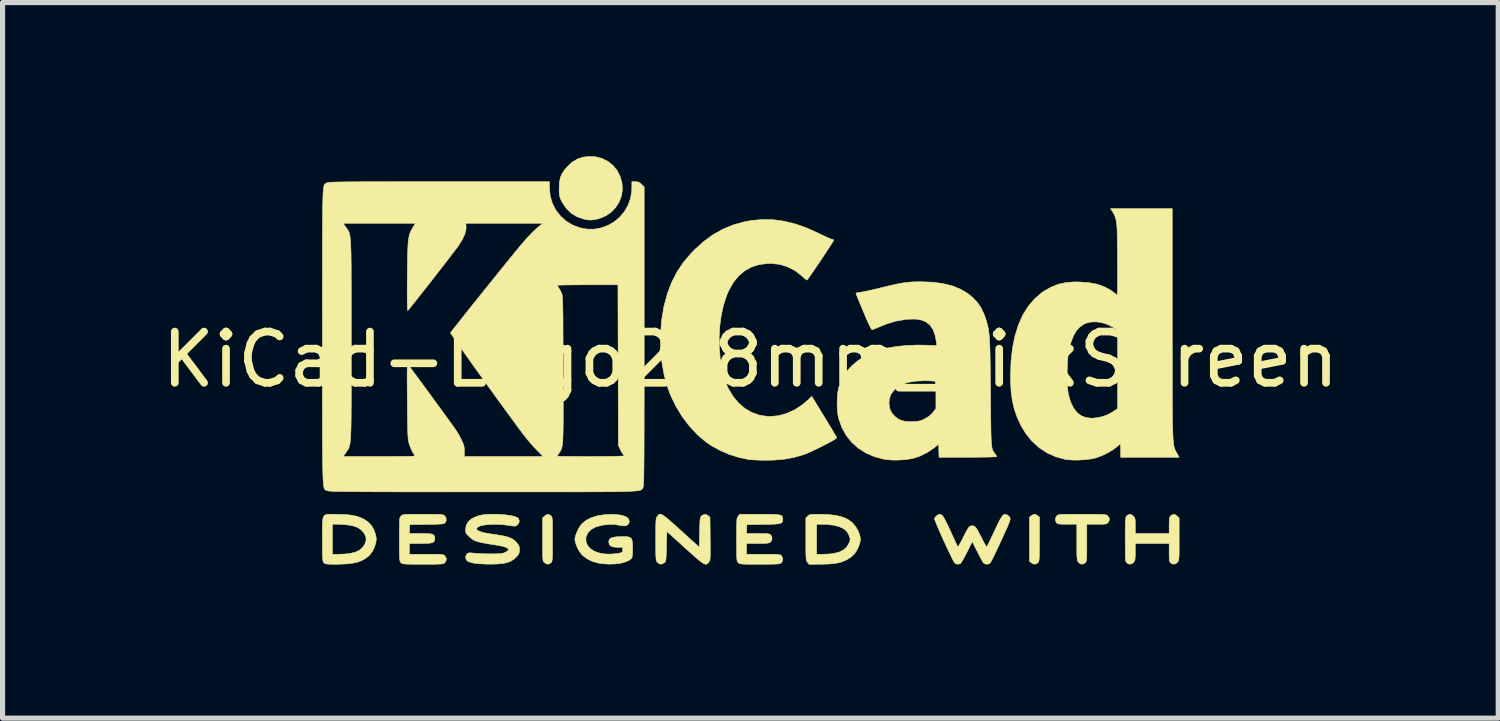
<source format=kicad_pcb>
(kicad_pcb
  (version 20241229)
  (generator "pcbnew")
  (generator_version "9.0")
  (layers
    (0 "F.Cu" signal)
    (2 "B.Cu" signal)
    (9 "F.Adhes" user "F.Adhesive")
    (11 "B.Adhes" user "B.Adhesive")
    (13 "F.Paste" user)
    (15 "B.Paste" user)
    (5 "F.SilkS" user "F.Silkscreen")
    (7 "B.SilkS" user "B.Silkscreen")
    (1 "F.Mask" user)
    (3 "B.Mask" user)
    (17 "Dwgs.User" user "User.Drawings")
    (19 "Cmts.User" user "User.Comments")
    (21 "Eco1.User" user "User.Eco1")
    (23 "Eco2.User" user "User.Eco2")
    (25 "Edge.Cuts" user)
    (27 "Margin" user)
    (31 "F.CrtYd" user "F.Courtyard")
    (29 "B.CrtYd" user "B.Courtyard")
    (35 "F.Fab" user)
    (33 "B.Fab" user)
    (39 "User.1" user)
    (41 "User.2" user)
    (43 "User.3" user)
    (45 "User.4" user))
  (footprint "KiCad-Logo2_8mm_SilkScreen"
    (layer "F.Cu")
    (at 11.601 3.969)
    (property "Reference" "KiCad-Logo2_8mm_SilkScreen" (at 0 0 0) (layer "F.SilkS") (effects (font (size 1 1) (thickness 0.15))))
    (attr exclude_from_pos_files exclude_from_bom)
    (fp_poly (pts (xy 5.577 3.03) (xy 5.608 3.05) (xy 5.644 3.078) (xy 5.644 3.507) (xy 5.643 3.632) (xy 5.643 3.73) (xy 5.642 3.806) (xy 5.64 3.862) (xy 5.637 3.902) (xy 5.633 3.929) (xy 5.627 3.947) (xy 5.62 3.96) (xy 5.615 3.966) (xy 5.573 3.994) (xy 5.525 3.992) (xy 5.484 3.969) (xy 5.448 3.94) (xy 5.448 3.078) (xy 5.484 3.05) (xy 5.518 3.029) (xy 5.546 3.021) (xy 5.577 3.03)) (stroke (width 0.01) (type solid)) (fill yes) (layer "F.SilkS"))
    (fp_poly (pts (xy -3.893 3.051) (xy -3.884 3.061) (xy -3.877 3.074) (xy -3.872 3.094) (xy -3.868 3.123) (xy -3.865 3.166) (xy -3.864 3.225) (xy -3.863 3.305) (xy -3.863 3.409) (xy -3.863 3.509) (xy -3.863 3.634) (xy -3.863 3.733) (xy -3.864 3.808) (xy -3.866 3.864) (xy -3.869 3.903) (xy -3.873 3.93) (xy -3.878 3.948) (xy -3.886 3.96) (xy -3.893 3.968) (xy -3.937 3.994) (xy -3.983 3.992) (xy -4.025 3.963) (xy -4.035 3.952) (xy -4.042 3.939) (xy -4.048 3.921) (xy -4.052 3.893) (xy -4.055 3.854) (xy -4.057 3.798) (xy -4.058 3.722) (xy -4.058 3.623) (xy -4.058 3.512) (xy -4.058 3.095) (xy -4.021 3.058) (xy -3.976 3.027) (xy -3.932 3.026) (xy -3.893 3.051)) (stroke (width 0.01) (type solid)) (fill yes) (layer "F.SilkS"))
    (fp_poly (pts (xy -3.026 -3.959) (xy -2.898 -3.926) (xy -2.783 -3.869) (xy -2.683 -3.79) (xy -2.602 -3.69) (xy -2.542 -3.572) (xy -2.507 -3.444) (xy -2.499 -3.314) (xy -2.519 -3.189) (xy -2.564 -3.072) (xy -2.631 -2.967) (xy -2.719 -2.876) (xy -2.824 -2.804) (xy -2.945 -2.753) (xy -3.013 -2.737) (xy -3.072 -2.727) (xy -3.118 -2.723) (xy -3.162 -2.725) (xy -3.216 -2.734) (xy -3.26 -2.744) (xy -3.384 -2.786) (xy -3.496 -2.854) (xy -3.592 -2.946) (xy -3.669 -3.06) (xy -3.688 -3.096) (xy -3.71 -3.145) (xy -3.724 -3.185) (xy -3.731 -3.228) (xy -3.734 -3.283) (xy -3.734 -3.344) (xy -3.729 -3.456) (xy -3.711 -3.549) (xy -3.678 -3.629) (xy -3.625 -3.707) (xy -3.574 -3.766) (xy -3.478 -3.854) (xy -3.378 -3.914) (xy -3.268 -3.95) (xy -3.165 -3.964) (xy -3.026 -3.959)) (stroke (width 0.01) (type solid)) (fill yes) (layer "F.SilkS"))
    (fp_poly (pts (xy 6.608 3.021) (xy 6.712 3.022) (xy 6.794 3.023) (xy 6.855 3.024) (xy 6.899 3.027) (xy 6.93 3.031) (xy 6.951 3.036) (xy 6.964 3.042) (xy 6.971 3.047) (xy 7.005 3.091) (xy 7.009 3.136) (xy 6.988 3.176) (xy 6.974 3.193) (xy 6.959 3.204) (xy 6.938 3.211) (xy 6.904 3.215) (xy 6.852 3.216) (xy 6.777 3.216) (xy 6.762 3.216) (xy 6.568 3.216) (xy 6.568 3.577) (xy 6.568 3.691) (xy 6.567 3.778) (xy 6.566 3.843) (xy 6.564 3.89) (xy 6.56 3.922) (xy 6.554 3.943) (xy 6.547 3.957) (xy 6.538 3.968) (xy 6.494 3.994) (xy 6.448 3.992) (xy 6.407 3.962) (xy 6.404 3.958) (xy 6.394 3.944) (xy 6.386 3.928) (xy 6.381 3.905) (xy 6.377 3.871) (xy 6.374 3.823) (xy 6.373 3.757) (xy 6.373 3.668) (xy 6.373 3.567) (xy 6.373 3.216) (xy 6.187 3.216) (xy 6.107 3.216) (xy 6.052 3.214) (xy 6.016 3.209) (xy 5.993 3.202) (xy 5.978 3.191) (xy 5.977 3.189) (xy 5.955 3.145) (xy 5.957 3.095) (xy 5.982 3.051) (xy 5.991 3.043) (xy 6.004 3.036) (xy 6.023 3.031) (xy 6.051 3.027) (xy 6.091 3.024) (xy 6.148 3.023) (xy 6.225 3.022) (xy 6.324 3.021) (xy 6.449 3.021) (xy 6.476 3.021) (xy 6.608 3.021)) (stroke (width 0.01) (type solid)) (fill yes) (layer "F.SilkS"))
    (fp_poly (pts (xy 8.293 3.028) (xy 8.335 3.058) (xy 8.371 3.095) (xy 8.371 3.507) (xy 8.371 3.629) (xy 8.371 3.725) (xy 8.37 3.798) (xy 8.368 3.852) (xy 8.365 3.891) (xy 8.36 3.917) (xy 8.354 3.936) (xy 8.347 3.95) (xy 8.34 3.958) (xy 8.299 3.991) (xy 8.252 3.995) (xy 8.209 3.974) (xy 8.195 3.963) (xy 8.186 3.947) (xy 8.18 3.922) (xy 8.177 3.881) (xy 8.176 3.819) (xy 8.176 3.772) (xy 8.176 3.592) (xy 7.515 3.592) (xy 7.515 3.755) (xy 7.514 3.83) (xy 7.511 3.881) (xy 7.506 3.916) (xy 7.496 3.941) (xy 7.484 3.958) (xy 7.442 3.991) (xy 7.396 3.995) (xy 7.351 3.972) (xy 7.339 3.959) (xy 7.331 3.943) (xy 7.325 3.918) (xy 7.322 3.879) (xy 7.32 3.821) (xy 7.319 3.739) (xy 7.319 3.72) (xy 7.318 3.565) (xy 7.318 3.437) (xy 7.318 3.334) (xy 7.319 3.252) (xy 7.32 3.19) (xy 7.322 3.143) (xy 7.326 3.109) (xy 7.33 3.086) (xy 7.335 3.07) (xy 7.342 3.059) (xy 7.349 3.051) (xy 7.392 3.025) (xy 7.436 3.028) (xy 7.478 3.058) (xy 7.495 3.077) (xy 7.506 3.098) (xy 7.512 3.128) (xy 7.514 3.174) (xy 7.515 3.243) (xy 7.515 3.397) (xy 8.176 3.397) (xy 8.176 3.239) (xy 8.177 3.166) (xy 8.179 3.117) (xy 8.185 3.085) (xy 8.195 3.064) (xy 8.206 3.051) (xy 8.249 3.025) (xy 8.293 3.028)) (stroke (width 0.01) (type solid)) (fill yes) (layer "F.SilkS"))
    (fp_poly (pts (xy 1.356 3.021) (xy 1.527 3.027) (xy 1.674 3.045) (xy 1.796 3.075) (xy 1.898 3.119) (xy 1.982 3.179) (xy 2.049 3.254) (xy 2.103 3.347) (xy 2.104 3.349) (xy 2.136 3.432) (xy 2.148 3.505) (xy 2.138 3.579) (xy 2.108 3.663) (xy 2.103 3.675) (xy 2.064 3.75) (xy 2.02 3.808) (xy 1.964 3.858) (xy 1.887 3.906) (xy 1.882 3.909) (xy 1.815 3.941) (xy 1.74 3.965) (xy 1.65 3.982) (xy 1.542 3.992) (xy 1.411 3.997) (xy 1.365 3.997) (xy 1.144 3.998) (xy 1.113 3.958) (xy 1.104 3.945) (xy 1.097 3.93) (xy 1.091 3.909) (xy 1.088 3.878) (xy 1.085 3.835) (xy 1.084 3.802) (xy 1.293 3.802) (xy 1.418 3.802) (xy 1.491 3.8) (xy 1.566 3.795) (xy 1.627 3.787) (xy 1.631 3.786) (xy 1.741 3.757) (xy 1.825 3.713) (xy 1.888 3.652) (xy 1.932 3.572) (xy 1.94 3.551) (xy 1.947 3.518) (xy 1.944 3.485) (xy 1.928 3.442) (xy 1.919 3.421) (xy 1.888 3.364) (xy 1.85 3.325) (xy 1.809 3.297) (xy 1.727 3.261) (xy 1.621 3.235) (xy 1.498 3.22) (xy 1.409 3.217) (xy 1.293 3.216) (xy 1.293 3.802) (xy 1.084 3.802) (xy 1.083 3.774) (xy 1.082 3.694) (xy 1.082 3.589) (xy 1.082 3.507) (xy 1.082 3.095) (xy 1.119 3.058) (xy 1.135 3.043) (xy 1.153 3.033) (xy 1.178 3.026) (xy 1.215 3.023) (xy 1.271 3.021) (xy 1.351 3.021) (xy 1.356 3.021)) (stroke (width 0.01) (type solid)) (fill yes) (layer "F.SilkS"))
    (fp_poly (pts (xy -8.15 3.021) (xy -8.097 3.021) (xy -7.943 3.025) (xy -7.814 3.036) (xy -7.706 3.056) (xy -7.614 3.085) (xy -7.533 3.125) (xy -7.461 3.177) (xy -7.435 3.2) (xy -7.391 3.253) (xy -7.352 3.325) (xy -7.322 3.405) (xy -7.306 3.481) (xy -7.304 3.509) (xy -7.315 3.588) (xy -7.344 3.673) (xy -7.385 3.754) (xy -7.434 3.819) (xy -7.442 3.827) (xy -7.51 3.881) (xy -7.584 3.924) (xy -7.668 3.956) (xy -7.768 3.978) (xy -7.887 3.991) (xy -8.029 3.997) (xy -8.094 3.998) (xy -8.177 3.997) (xy -8.235 3.996) (xy -8.274 3.992) (xy -8.3 3.986) (xy -8.317 3.976) (xy -8.326 3.968) (xy -8.335 3.958) (xy -8.342 3.945) (xy -8.347 3.925) (xy -8.351 3.896) (xy -8.354 3.853) (xy -8.355 3.794) (xy -8.356 3.714) (xy -8.356 3.61) (xy -8.356 3.509) (xy -8.357 3.375) (xy -8.357 3.268) (xy -8.355 3.216) (xy -8.161 3.216) (xy -8.161 3.802) (xy -8.037 3.802) (xy -7.962 3.8) (xy -7.884 3.795) (xy -7.819 3.787) (xy -7.817 3.787) (xy -7.712 3.761) (xy -7.63 3.722) (xy -7.568 3.665) (xy -7.528 3.604) (xy -7.504 3.536) (xy -7.506 3.472) (xy -7.534 3.404) (xy -7.589 3.334) (xy -7.666 3.281) (xy -7.765 3.246) (xy -7.832 3.234) (xy -7.908 3.225) (xy -7.988 3.219) (xy -8.056 3.216) (xy -8.06 3.216) (xy -8.161 3.216) (xy -8.355 3.216) (xy -8.355 3.184) (xy -8.349 3.122) (xy -8.338 3.078) (xy -8.32 3.048) (xy -8.294 3.031) (xy -8.258 3.023) (xy -8.211 3.02) (xy -8.15 3.021)) (stroke (width 0.01) (type solid)) (fill yes) (layer "F.SilkS"))
    (fp_poly (pts (xy -1.731 3.027) (xy -1.7 3.045) (xy -1.659 3.075) (xy -1.606 3.118) (xy -1.539 3.176) (xy -1.456 3.25) (xy -1.355 3.341) (xy -1.24 3.446) (xy -0.999 3.664) (xy -0.992 3.371) (xy -0.989 3.27) (xy -0.987 3.195) (xy -0.984 3.142) (xy -0.979 3.105) (xy -0.974 3.081) (xy -0.966 3.066) (xy -0.955 3.054) (xy -0.949 3.05) (xy -0.903 3.024) (xy -0.859 3.028) (xy -0.825 3.05) (xy -0.789 3.078) (xy -0.785 3.498) (xy -0.783 3.621) (xy -0.783 3.718) (xy -0.783 3.792) (xy -0.784 3.847) (xy -0.787 3.886) (xy -0.791 3.913) (xy -0.796 3.932) (xy -0.804 3.946) (xy -0.812 3.957) (xy -0.83 3.978) (xy -0.848 3.992) (xy -0.868 3.998) (xy -0.893 3.993) (xy -0.926 3.977) (xy -0.968 3.947) (xy -1.023 3.903) (xy -1.092 3.844) (xy -1.179 3.766) (xy -1.278 3.677) (xy -1.631 3.357) (xy -1.638 3.649) (xy -1.641 3.749) (xy -1.644 3.824) (xy -1.647 3.878) (xy -1.651 3.914) (xy -1.657 3.938) (xy -1.665 3.953) (xy -1.676 3.965) (xy -1.681 3.969) (xy -1.73 3.995) (xy -1.777 3.991) (xy -1.817 3.958) (xy -1.827 3.945) (xy -1.834 3.93) (xy -1.839 3.909) (xy -1.843 3.878) (xy -1.846 3.834) (xy -1.848 3.774) (xy -1.848 3.693) (xy -1.849 3.587) (xy -1.849 3.509) (xy -1.849 3.388) (xy -1.848 3.292) (xy -1.847 3.219) (xy -1.845 3.166) (xy -1.842 3.127) (xy -1.837 3.101) (xy -1.831 3.082) (xy -1.823 3.068) (xy -1.817 3.061) (xy -1.802 3.042) (xy -1.788 3.028) (xy -1.773 3.019) (xy -1.755 3.019) (xy -1.731 3.027)) (stroke (width 0.01) (type solid)) (fill yes) (layer "F.SilkS"))
    (fp_poly (pts (xy -2.596 3.028) (xy -2.505 3.044) (xy -2.435 3.067) (xy -2.389 3.099) (xy -2.377 3.117) (xy -2.364 3.158) (xy -2.373 3.196) (xy -2.4 3.231) (xy -2.441 3.248) (xy -2.502 3.247) (xy -2.549 3.238) (xy -2.653 3.221) (xy -2.759 3.219) (xy -2.878 3.233) (xy -2.911 3.239) (xy -3.021 3.27) (xy -3.108 3.316) (xy -3.169 3.377) (xy -3.205 3.452) (xy -3.212 3.49) (xy -3.207 3.568) (xy -3.176 3.637) (xy -3.122 3.696) (xy -3.047 3.743) (xy -2.954 3.777) (xy -2.846 3.796) (xy -2.726 3.8) (xy -2.597 3.787) (xy -2.59 3.786) (xy -2.539 3.776) (xy -2.51 3.767) (xy -2.498 3.753) (xy -2.495 3.73) (xy -2.495 3.718) (xy -2.495 3.667) (xy -2.586 3.667) (xy -2.667 3.662) (xy -2.722 3.644) (xy -2.753 3.613) (xy -2.765 3.567) (xy -2.765 3.561) (xy -2.758 3.521) (xy -2.735 3.493) (xy -2.692 3.474) (xy -2.625 3.463) (xy -2.56 3.459) (xy -2.466 3.457) (xy -2.398 3.46) (xy -2.352 3.473) (xy -2.323 3.499) (xy -2.307 3.542) (xy -2.301 3.605) (xy -2.3 3.688) (xy -2.301 3.78) (xy -2.307 3.843) (xy -2.316 3.877) (xy -2.318 3.88) (xy -2.37 3.922) (xy -2.446 3.955) (xy -2.541 3.979) (xy -2.651 3.992) (xy -2.771 3.995) (xy -2.895 3.986) (xy -2.968 3.975) (xy -3.083 3.943) (xy -3.19 3.89) (xy -3.279 3.821) (xy -3.293 3.807) (xy -3.337 3.749) (xy -3.377 3.677) (xy -3.407 3.602) (xy -3.425 3.534) (xy -3.427 3.508) (xy -3.418 3.453) (xy -3.394 3.385) (xy -3.361 3.313) (xy -3.321 3.247) (xy -3.287 3.204) (xy -3.206 3.139) (xy -3.101 3.087) (xy -2.976 3.049) (xy -2.835 3.028) (xy -2.705 3.022) (xy -2.596 3.028)) (stroke (width 0.01) (type solid)) (fill yes) (layer "F.SilkS"))
    (fp_poly (pts (xy 0.307 3.021) (xy 0.408 3.022) (xy 0.486 3.025) (xy 0.544 3.03) (xy 0.583 3.039) (xy 0.609 3.05) (xy 0.623 3.066) (xy 0.63 3.087) (xy 0.631 3.114) (xy 0.631 3.117) (xy 0.63 3.147) (xy 0.624 3.171) (xy 0.609 3.188) (xy 0.582 3.2) (xy 0.54 3.209) (xy 0.48 3.214) (xy 0.397 3.217) (xy 0.288 3.219) (xy 0.255 3.22) (xy -0.068 3.224) (xy -0.072 3.31) (xy -0.077 3.397) (xy 0.147 3.397) (xy 0.235 3.397) (xy 0.297 3.398) (xy 0.34 3.401) (xy 0.367 3.407) (xy 0.385 3.415) (xy 0.398 3.426) (xy 0.398 3.426) (xy 0.421 3.471) (xy 0.42 3.519) (xy 0.396 3.561) (xy 0.391 3.565) (xy 0.374 3.576) (xy 0.35 3.583) (xy 0.315 3.588) (xy 0.263 3.591) (xy 0.189 3.592) (xy 0.141 3.592) (xy -0.075 3.592) (xy -0.075 3.802) (xy 0.253 3.802) (xy 0.362 3.803) (xy 0.444 3.803) (xy 0.504 3.805) (xy 0.546 3.808) (xy 0.574 3.812) (xy 0.592 3.819) (xy 0.603 3.827) (xy 0.606 3.83) (xy 0.628 3.872) (xy 0.629 3.92) (xy 0.612 3.961) (xy 0.598 3.974) (xy 0.583 3.982) (xy 0.561 3.987) (xy 0.527 3.992) (xy 0.478 3.995) (xy 0.41 3.996) (xy 0.32 3.998) (xy 0.204 3.998) (xy 0.178 3.998) (xy 0.06 3.998) (xy -0.032 3.997) (xy -0.1 3.996) (xy -0.15 3.994) (xy -0.185 3.991) (xy -0.208 3.986) (xy -0.223 3.98) (xy -0.234 3.971) (xy -0.24 3.965) (xy -0.249 3.954) (xy -0.256 3.94) (xy -0.261 3.921) (xy -0.265 3.891) (xy -0.268 3.848) (xy -0.269 3.788) (xy -0.27 3.708) (xy -0.27 3.604) (xy -0.271 3.516) (xy -0.27 3.393) (xy -0.27 3.297) (xy -0.269 3.223) (xy -0.267 3.168) (xy -0.264 3.129) (xy -0.26 3.102) (xy -0.254 3.084) (xy -0.246 3.069) (xy -0.239 3.061) (xy -0.208 3.021) (xy 0.178 3.021) (xy 0.307 3.021)) (stroke (width 0.01) (type solid)) (fill yes) (layer "F.SilkS"))
    (fp_poly (pts (xy -6.274 3.021) (xy -6.182 3.022) (xy -6.112 3.023) (xy -6.061 3.025) (xy -6.026 3.028) (xy -6.002 3.033) (xy -5.986 3.039) (xy -5.974 3.048) (xy -5.97 3.052) (xy -5.943 3.093) (xy -5.939 3.14) (xy -5.956 3.183) (xy -5.964 3.191) (xy -5.977 3.199) (xy -5.998 3.206) (xy -6.03 3.211) (xy -6.079 3.214) (xy -6.146 3.217) (xy -6.237 3.219) (xy -6.321 3.22) (xy -6.651 3.224) (xy -6.66 3.397) (xy -6.436 3.397) (xy -6.339 3.398) (xy -6.267 3.401) (xy -6.218 3.409) (xy -6.187 3.422) (xy -6.17 3.442) (xy -6.163 3.471) (xy -6.162 3.498) (xy -6.165 3.532) (xy -6.178 3.556) (xy -6.203 3.573) (xy -6.246 3.584) (xy -6.308 3.59) (xy -6.396 3.592) (xy -6.444 3.592) (xy -6.658 3.592) (xy -6.658 3.802) (xy -6.327 3.802) (xy -6.219 3.803) (xy -6.137 3.803) (xy -6.076 3.805) (xy -6.034 3.808) (xy -6.005 3.812) (xy -5.986 3.818) (xy -5.973 3.826) (xy -5.967 3.833) (xy -5.944 3.868) (xy -5.937 3.9) (xy -5.947 3.939) (xy -5.967 3.968) (xy -5.977 3.977) (xy -5.991 3.984) (xy -6.011 3.989) (xy -6.041 3.993) (xy -6.086 3.995) (xy -6.148 3.997) (xy -6.231 3.998) (xy -6.339 3.998) (xy -6.395 3.998) (xy -6.515 3.998) (xy -6.609 3.997) (xy -6.68 3.996) (xy -6.731 3.994) (xy -6.767 3.991) (xy -6.792 3.986) (xy -6.808 3.98) (xy -6.819 3.972) (xy -6.823 3.968) (xy -6.832 3.958) (xy -6.839 3.945) (xy -6.844 3.925) (xy -6.848 3.896) (xy -6.851 3.853) (xy -6.852 3.793) (xy -6.853 3.713) (xy -6.853 3.609) (xy -6.853 3.512) (xy -6.853 3.388) (xy -6.853 3.29) (xy -6.852 3.216) (xy -6.851 3.161) (xy -6.848 3.122) (xy -6.844 3.095) (xy -6.838 3.078) (xy -6.831 3.066) (xy -6.821 3.056) (xy -6.819 3.054) (xy -6.807 3.044) (xy -6.794 3.036) (xy -6.775 3.03) (xy -6.747 3.026) (xy -6.705 3.024) (xy -6.647 3.022) (xy -6.569 3.021) (xy -6.466 3.021) (xy -6.393 3.021) (xy -6.274 3.021)) (stroke (width 0.01) (type solid)) (fill yes) (layer "F.SilkS"))
    (fp_poly (pts (xy 4.986 3.024) (xy 5.012 3.033) (xy 5.013 3.033) (xy 5.048 3.06) (xy 5.068 3.088) (xy 5.071 3.101) (xy 5.071 3.119) (xy 5.066 3.143) (xy 5.054 3.178) (xy 5.035 3.227) (xy 5.007 3.292) (xy 4.969 3.377) (xy 4.92 3.484) (xy 4.893 3.543) (xy 4.844 3.648) (xy 4.799 3.744) (xy 4.758 3.829) (xy 4.723 3.898) (xy 4.697 3.948) (xy 4.681 3.975) (xy 4.677 3.979) (xy 4.636 3.996) (xy 4.589 3.994) (xy 4.552 3.973) (xy 4.55 3.972) (xy 4.536 3.949) (xy 4.511 3.905) (xy 4.479 3.845) (xy 4.443 3.776) (xy 4.43 3.75) (xy 4.332 3.555) (xy 4.226 3.767) (xy 4.188 3.84) (xy 4.153 3.904) (xy 4.123 3.953) (xy 4.102 3.982) (xy 4.095 3.988) (xy 4.04 3.997) (xy 3.994 3.979) (xy 3.98 3.96) (xy 3.957 3.918) (xy 3.926 3.856) (xy 3.889 3.78) (xy 3.847 3.693) (xy 3.803 3.599) (xy 3.759 3.503) (xy 3.717 3.409) (xy 3.678 3.32) (xy 3.644 3.242) (xy 3.618 3.177) (xy 3.601 3.131) (xy 3.595 3.108) (xy 3.595 3.107) (xy 3.61 3.077) (xy 3.639 3.047) (xy 3.641 3.046) (xy 3.677 3.025) (xy 3.71 3.026) (xy 3.723 3.029) (xy 3.738 3.038) (xy 3.754 3.054) (xy 3.774 3.082) (xy 3.797 3.125) (xy 3.828 3.186) (xy 3.868 3.268) (xy 3.903 3.344) (xy 3.944 3.433) (xy 3.981 3.512) (xy 4.011 3.578) (xy 4.034 3.628) (xy 4.046 3.655) (xy 4.048 3.66) (xy 4.056 3.653) (xy 4.075 3.623) (xy 4.102 3.575) (xy 4.135 3.512) (xy 4.148 3.487) (xy 4.191 3.4) (xy 4.225 3.337) (xy 4.252 3.294) (xy 4.274 3.267) (xy 4.294 3.253) (xy 4.316 3.247) (xy 4.33 3.246) (xy 4.354 3.249) (xy 4.376 3.258) (xy 4.398 3.277) (xy 4.422 3.311) (xy 4.452 3.363) (xy 4.49 3.437) (xy 4.512 3.479) (xy 4.546 3.546) (xy 4.576 3.601) (xy 4.599 3.64) (xy 4.612 3.659) (xy 4.614 3.66) (xy 4.623 3.645) (xy 4.642 3.607) (xy 4.67 3.55) (xy 4.705 3.477) (xy 4.744 3.393) (xy 4.764 3.351) (xy 4.815 3.243) (xy 4.855 3.16) (xy 4.888 3.1) (xy 4.916 3.058) (xy 4.94 3.033) (xy 4.962 3.023) (xy 4.986 3.024)) (stroke (width 0.01) (type solid)) (fill yes) (layer "F.SilkS"))
    (fp_poly (pts (xy -4.915 3.023) (xy -4.815 3.03) (xy -4.723 3.04) (xy -4.642 3.055) (xy -4.58 3.072) (xy -4.54 3.093) (xy -4.534 3.098) (xy -4.513 3.144) (xy -4.52 3.192) (xy -4.552 3.232) (xy -4.554 3.233) (xy -4.573 3.246) (xy -4.593 3.252) (xy -4.621 3.253) (xy -4.664 3.248) (xy -4.729 3.238) (xy -4.734 3.237) (xy -4.831 3.225) (xy -4.936 3.219) (xy -5.04 3.219) (xy -5.138 3.225) (xy -5.222 3.236) (xy -5.283 3.252) (xy -5.287 3.254) (xy -5.332 3.279) (xy -5.348 3.304) (xy -5.336 3.329) (xy -5.296 3.353) (xy -5.231 3.375) (xy -5.14 3.394) (xy -5.08 3.403) (xy -4.955 3.421) (xy -4.855 3.438) (xy -4.777 3.454) (xy -4.715 3.472) (xy -4.667 3.492) (xy -4.628 3.517) (xy -4.592 3.547) (xy -4.564 3.576) (xy -4.531 3.617) (xy -4.514 3.652) (xy -4.509 3.696) (xy -4.509 3.712) (xy -4.513 3.765) (xy -4.528 3.804) (xy -4.555 3.839) (xy -4.609 3.892) (xy -4.67 3.933) (xy -4.742 3.962) (xy -4.828 3.982) (xy -4.935 3.992) (xy -5.066 3.996) (xy -5.088 3.996) (xy -5.175 3.994) (xy -5.261 3.99) (xy -5.338 3.984) (xy -5.395 3.977) (xy -5.399 3.976) (xy -5.456 3.963) (xy -5.504 3.946) (xy -5.531 3.93) (xy -5.556 3.89) (xy -5.558 3.842) (xy -5.536 3.8) (xy -5.531 3.795) (xy -5.511 3.781) (xy -5.486 3.775) (xy -5.447 3.776) (xy -5.4 3.781) (xy -5.347 3.786) (xy -5.273 3.79) (xy -5.186 3.793) (xy -5.096 3.795) (xy -5.072 3.795) (xy -4.982 3.794) (xy -4.916 3.793) (xy -4.868 3.789) (xy -4.833 3.782) (xy -4.805 3.773) (xy -4.788 3.765) (xy -4.75 3.743) (xy -4.726 3.723) (xy -4.723 3.717) (xy -4.73 3.694) (xy -4.765 3.671) (xy -4.825 3.65) (xy -4.908 3.632) (xy -4.933 3.628) (xy -5.061 3.608) (xy -5.163 3.591) (xy -5.243 3.576) (xy -5.305 3.562) (xy -5.353 3.548) (xy -5.391 3.532) (xy -5.423 3.514) (xy -5.453 3.491) (xy -5.484 3.463) (xy -5.495 3.454) (xy -5.532 3.417) (xy -5.552 3.388) (xy -5.56 3.355) (xy -5.561 3.314) (xy -5.547 3.232) (xy -5.506 3.163) (xy -5.438 3.106) (xy -5.343 3.062) (xy -5.275 3.042) (xy -5.202 3.029) (xy -5.114 3.022) (xy -5.016 3.02) (xy -4.915 3.023)) (stroke (width 0.01) (type solid)) (fill yes) (layer "F.SilkS"))
    (fp_poly (pts (xy 0.437 -2.731) (xy 0.65 -2.702) (xy 0.869 -2.649) (xy 1.095 -2.57) (xy 1.331 -2.464) (xy 1.346 -2.457) (xy 1.423 -2.419) (xy 1.492 -2.387) (xy 1.547 -2.363) (xy 1.585 -2.348) (xy 1.597 -2.345) (xy 1.623 -2.338) (xy 1.629 -2.332) (xy 1.622 -2.318) (xy 1.601 -2.283) (xy 1.567 -2.231) (xy 1.524 -2.165) (xy 1.474 -2.088) (xy 1.419 -2.006) (xy 1.362 -1.92) (xy 1.305 -1.836) (xy 1.25 -1.756) (xy 1.201 -1.684) (xy 1.159 -1.624) (xy 1.127 -1.579) (xy 1.108 -1.554) (xy 1.105 -1.551) (xy 1.092 -1.558) (xy 1.062 -1.58) (xy 1.022 -1.616) (xy 1.001 -1.635) (xy 0.872 -1.735) (xy 0.73 -1.809) (xy 0.576 -1.856) (xy 0.413 -1.875) (xy 0.32 -1.873) (xy 0.159 -1.85) (xy 0.014 -1.803) (xy -0.116 -1.729) (xy -0.231 -1.631) (xy -0.332 -1.506) (xy -0.418 -1.355) (xy -0.468 -1.24) (xy -0.526 -1.059) (xy -0.569 -0.863) (xy -0.597 -0.656) (xy -0.61 -0.443) (xy -0.607 -0.23) (xy -0.59 -0.022) (xy -0.558 0.177) (xy -0.511 0.361) (xy -0.45 0.526) (xy -0.428 0.571) (xy -0.337 0.723) (xy -0.23 0.851) (xy -0.108 0.955) (xy 0.027 1.034) (xy 0.173 1.086) (xy 0.329 1.11) (xy 0.385 1.112) (xy 0.546 1.097) (xy 0.707 1.054) (xy 0.864 0.982) (xy 1.015 0.883) (xy 1.137 0.778) (xy 1.199 0.719) (xy 1.44 1.115) (xy 1.5 1.213) (xy 1.555 1.304) (xy 1.603 1.384) (xy 1.641 1.449) (xy 1.669 1.497) (xy 1.684 1.523) (xy 1.686 1.527) (xy 1.675 1.54) (xy 1.641 1.563) (xy 1.588 1.594) (xy 1.521 1.631) (xy 1.443 1.671) (xy 1.36 1.713) (xy 1.275 1.754) (xy 1.193 1.793) (xy 1.118 1.826) (xy 1.054 1.852) (xy 1.022 1.863) (xy 0.844 1.913) (xy 0.661 1.947) (xy 0.464 1.964) (xy 0.295 1.967) (xy 0.205 1.966) (xy 0.118 1.963) (xy 0.041 1.959) (xy -0.017 1.955) (xy -0.036 1.952) (xy -0.221 1.914) (xy -0.409 1.854) (xy -0.592 1.776) (xy -0.761 1.683) (xy -0.864 1.613) (xy -1.034 1.469) (xy -1.191 1.3) (xy -1.334 1.112) (xy -1.458 0.907) (xy -1.562 0.69) (xy -1.62 0.534) (xy -1.687 0.289) (xy -1.732 0.03) (xy -1.754 -0.238) (xy -1.754 -0.509) (xy -1.732 -0.778) (xy -1.688 -1.039) (xy -1.621 -1.287) (xy -1.616 -1.302) (xy -1.532 -1.518) (xy -1.43 -1.715) (xy -1.306 -1.899) (xy -1.156 -2.075) (xy -1.098 -2.135) (xy -0.917 -2.3) (xy -0.73 -2.437) (xy -0.536 -2.546) (xy -0.331 -2.63) (xy -0.112 -2.69) (xy 0.015 -2.713) (xy 0.226 -2.734) (xy 0.437 -2.731)) (stroke (width 0.01) (type solid)) (fill yes) (layer "F.SilkS"))
    (fp_poly (pts (xy 8.236 -0.703) (xy 8.236 -0.391) (xy 8.237 -0.107) (xy 8.237 0.149) (xy 8.237 0.38) (xy 8.237 0.587) (xy 8.238 0.77) (xy 8.239 0.933) (xy 8.24 1.076) (xy 8.241 1.2) (xy 8.243 1.308) (xy 8.246 1.4) (xy 8.249 1.478) (xy 8.252 1.544) (xy 8.257 1.598) (xy 8.261 1.643) (xy 8.267 1.681) (xy 8.274 1.711) (xy 8.281 1.736) (xy 8.289 1.758) (xy 8.298 1.778) (xy 8.308 1.796) (xy 8.319 1.816) (xy 8.326 1.828) (xy 8.372 1.909) (xy 7.229 1.909) (xy 7.229 1.781) (xy 7.228 1.723) (xy 7.226 1.679) (xy 7.222 1.655) (xy 7.22 1.653) (xy 7.205 1.662) (xy 7.175 1.686) (xy 7.145 1.712) (xy 7.072 1.766) (xy 6.979 1.821) (xy 6.877 1.871) (xy 6.774 1.911) (xy 6.733 1.924) (xy 6.642 1.943) (xy 6.531 1.956) (xy 6.412 1.963) (xy 6.295 1.963) (xy 6.19 1.955) (xy 6.14 1.948) (xy 5.956 1.897) (xy 5.786 1.82) (xy 5.632 1.718) (xy 5.494 1.591) (xy 5.373 1.439) (xy 5.284 1.292) (xy 5.211 1.136) (xy 5.155 0.978) (xy 5.115 0.81) (xy 5.09 0.628) (xy 5.079 0.426) (xy 5.078 0.323) (xy 5.081 0.248) (xy 6.184 0.248) (xy 6.185 0.371) (xy 6.189 0.488) (xy 6.196 0.591) (xy 6.207 0.672) (xy 6.211 0.689) (xy 6.253 0.832) (xy 6.309 0.947) (xy 6.378 1.037) (xy 6.461 1.099) (xy 6.558 1.136) (xy 6.671 1.147) (xy 6.799 1.132) (xy 6.884 1.111) (xy 6.949 1.087) (xy 7.021 1.053) (xy 7.075 1.021) (xy 7.169 0.96) (xy 7.169 -0.572) (xy 7.079 -0.63) (xy 6.975 -0.684) (xy 6.863 -0.72) (xy 6.749 -0.736) (xy 6.641 -0.731) (xy 6.544 -0.706) (xy 6.502 -0.685) (xy 6.424 -0.628) (xy 6.359 -0.553) (xy 6.305 -0.456) (xy 6.259 -0.335) (xy 6.22 -0.188) (xy 6.218 -0.18) (xy 6.205 -0.097) (xy 6.194 0.006) (xy 6.188 0.123) (xy 6.184 0.248) (xy 5.081 0.248) (xy 5.088 0.04) (xy 5.117 -0.221) (xy 5.165 -0.459) (xy 5.232 -0.674) (xy 5.317 -0.866) (xy 5.421 -1.034) (xy 5.543 -1.179) (xy 5.683 -1.301) (xy 5.743 -1.342) (xy 5.877 -1.417) (xy 6.015 -1.47) (xy 6.162 -1.502) (xy 6.323 -1.515) (xy 6.446 -1.513) (xy 6.619 -1.499) (xy 6.769 -1.47) (xy 6.9 -1.425) (xy 7.018 -1.363) (xy 7.083 -1.317) (xy 7.122 -1.288) (xy 7.151 -1.268) (xy 7.162 -1.262) (xy 7.164 -1.277) (xy 7.166 -1.318) (xy 7.167 -1.381) (xy 7.168 -1.464) (xy 7.168 -1.562) (xy 7.168 -1.672) (xy 7.168 -1.789) (xy 7.168 -1.912) (xy 7.167 -2.035) (xy 7.166 -2.155) (xy 7.164 -2.268) (xy 7.163 -2.372) (xy 7.161 -2.461) (xy 7.159 -2.533) (xy 7.156 -2.583) (xy 7.156 -2.593) (xy 7.146 -2.686) (xy 7.13 -2.76) (xy 7.107 -2.823) (xy 7.072 -2.884) (xy 7.063 -2.897) (xy 7.031 -2.946) (xy 8.236 -2.946) (xy 8.236 -0.703)) (stroke (width 0.01) (type solid)) (fill yes) (layer "F.SilkS"))
    (fp_poly (pts (xy 3.559 -1.509) (xy 3.762 -1.482) (xy 3.942 -1.438) (xy 4.101 -1.374) (xy 4.24 -1.292) (xy 4.343 -1.208) (xy 4.435 -1.109) (xy 4.507 -1.003) (xy 4.564 -0.88) (xy 4.584 -0.823) (xy 4.602 -0.771) (xy 4.616 -0.723) (xy 4.629 -0.676) (xy 4.64 -0.628) (xy 4.65 -0.576) (xy 4.657 -0.519) (xy 4.664 -0.453) (xy 4.669 -0.376) (xy 4.674 -0.286) (xy 4.677 -0.181) (xy 4.68 -0.057) (xy 4.682 0.088) (xy 4.684 0.256) (xy 4.686 0.449) (xy 4.688 0.639) (xy 4.69 0.847) (xy 4.691 1.027) (xy 4.693 1.181) (xy 4.695 1.312) (xy 4.697 1.422) (xy 4.699 1.513) (xy 4.703 1.587) (xy 4.707 1.646) (xy 4.712 1.693) (xy 4.718 1.729) (xy 4.726 1.758) (xy 4.735 1.781) (xy 4.746 1.8) (xy 4.759 1.818) (xy 4.773 1.837) (xy 4.779 1.844) (xy 4.8 1.874) (xy 4.809 1.895) (xy 4.809 1.896) (xy 4.795 1.899) (xy 4.754 1.901) (xy 4.689 1.904) (xy 4.604 1.906) (xy 4.502 1.907) (xy 4.387 1.908) (xy 4.261 1.909) (xy 4.246 1.909) (xy 3.683 1.909) (xy 3.679 1.781) (xy 3.675 1.653) (xy 3.592 1.721) (xy 3.462 1.811) (xy 3.316 1.884) (xy 3.201 1.924) (xy 3.109 1.943) (xy 2.998 1.957) (xy 2.879 1.963) (xy 2.761 1.963) (xy 2.656 1.955) (xy 2.608 1.947) (xy 2.421 1.897) (xy 2.253 1.824) (xy 2.104 1.729) (xy 1.975 1.614) (xy 1.869 1.48) (xy 1.785 1.327) (xy 1.726 1.16) (xy 1.709 1.084) (xy 1.699 1.001) (xy 1.694 0.902) (xy 1.694 0.857) (xy 1.694 0.852) (xy 2.706 0.852) (xy 2.718 0.952) (xy 2.756 1.037) (xy 2.82 1.111) (xy 2.827 1.117) (xy 2.891 1.164) (xy 2.96 1.194) (xy 3.041 1.21) (xy 3.141 1.213) (xy 3.165 1.213) (xy 3.237 1.209) (xy 3.29 1.202) (xy 3.337 1.189) (xy 3.388 1.166) (xy 3.403 1.159) (xy 3.483 1.111) (xy 3.546 1.055) (xy 3.563 1.034) (xy 3.622 0.959) (xy 3.622 0.698) (xy 3.621 0.594) (xy 3.619 0.517) (xy 3.615 0.464) (xy 3.609 0.435) (xy 3.604 0.426) (xy 3.583 0.422) (xy 3.538 0.419) (xy 3.475 0.416) (xy 3.402 0.415) (xy 3.39 0.415) (xy 3.229 0.422) (xy 3.092 0.444) (xy 2.977 0.481) (xy 2.881 0.534) (xy 2.808 0.596) (xy 2.748 0.673) (xy 2.715 0.757) (xy 2.706 0.852) (xy 1.694 0.852) (xy 1.696 0.732) (xy 1.708 0.627) (xy 1.729 0.532) (xy 1.763 0.438) (xy 1.795 0.368) (xy 1.873 0.241) (xy 1.977 0.124) (xy 2.104 0.019) (xy 2.25 -0.073) (xy 2.413 -0.148) (xy 2.589 -0.205) (xy 2.675 -0.225) (xy 2.857 -0.255) (xy 3.054 -0.274) (xy 3.256 -0.282) (xy 3.424 -0.28) (xy 3.64 -0.271) (xy 3.63 -0.35) (xy 3.604 -0.482) (xy 3.563 -0.589) (xy 3.505 -0.673) (xy 3.428 -0.734) (xy 3.332 -0.773) (xy 3.216 -0.79) (xy 3.079 -0.787) (xy 3.028 -0.782) (xy 2.84 -0.749) (xy 2.658 -0.694) (xy 2.532 -0.643) (xy 2.472 -0.617) (xy 2.421 -0.597) (xy 2.386 -0.584) (xy 2.376 -0.581) (xy 2.363 -0.593) (xy 2.341 -0.632) (xy 2.309 -0.697) (xy 2.267 -0.79) (xy 2.216 -0.911) (xy 2.207 -0.932) (xy 2.167 -1.028) (xy 2.131 -1.115) (xy 2.101 -1.189) (xy 2.078 -1.246) (xy 2.064 -1.282) (xy 2.06 -1.294) (xy 2.073 -1.3) (xy 2.108 -1.308) (xy 2.145 -1.312) (xy 2.186 -1.319) (xy 2.249 -1.331) (xy 2.331 -1.349) (xy 2.424 -1.37) (xy 2.525 -1.394) (xy 2.563 -1.404) (xy 2.702 -1.438) (xy 2.819 -1.464) (xy 2.918 -1.485) (xy 3.006 -1.499) (xy 3.088 -1.509) (xy 3.169 -1.515) (xy 3.257 -1.517) (xy 3.334 -1.518) (xy 3.559 -1.509)) (stroke (width 0.01) (type solid)) (fill yes) (layer "F.SilkS"))
    (fp_poly (pts (xy -3.923 -3.343) (xy -3.908 -3.191) (xy -3.866 -3.048) (xy -3.798 -2.916) (xy -3.707 -2.799) (xy -3.594 -2.699) (xy -3.465 -2.622) (xy -3.323 -2.57) (xy -3.181 -2.545) (xy -3.04 -2.546) (xy -2.904 -2.572) (xy -2.775 -2.621) (xy -2.657 -2.69) (xy -2.552 -2.779) (xy -2.462 -2.885) (xy -2.391 -3.006) (xy -2.342 -3.141) (xy -2.317 -3.288) (xy -2.315 -3.355) (xy -2.315 -3.472) (xy -2.245 -3.472) (xy -2.197 -3.468) (xy -2.161 -3.452) (xy -2.125 -3.421) (xy -2.074 -3.37) (xy -2.074 -0.452) (xy -2.074 -0.103) (xy -2.074 0.217) (xy -2.074 0.51) (xy -2.074 0.776) (xy -2.075 1.018) (xy -2.075 1.235) (xy -2.075 1.43) (xy -2.076 1.604) (xy -2.076 1.757) (xy -2.077 1.892) (xy -2.078 2.01) (xy -2.079 2.111) (xy -2.08 2.197) (xy -2.081 2.269) (xy -2.082 2.329) (xy -2.084 2.377) (xy -2.086 2.416) (xy -2.088 2.446) (xy -2.09 2.468) (xy -2.093 2.484) (xy -2.095 2.495) (xy -2.098 2.503) (xy -2.1 2.505) (xy -2.105 2.514) (xy -2.11 2.523) (xy -2.115 2.531) (xy -2.122 2.538) (xy -2.131 2.544) (xy -2.145 2.55) (xy -2.164 2.556) (xy -2.189 2.56) (xy -2.223 2.565) (xy -2.265 2.568) (xy -2.317 2.571) (xy -2.381 2.574) (xy -2.458 2.577) (xy -2.549 2.579) (xy -2.654 2.58) (xy -2.776 2.582) (xy -2.916 2.583) (xy -3.074 2.583) (xy -3.253 2.584) (xy -3.453 2.584) (xy -3.675 2.585) (xy -3.921 2.585) (xy -4.192 2.585) (xy -4.489 2.585) (xy -4.814 2.585) (xy -5.167 2.585) (xy -5.219 2.585) (xy -5.574 2.585) (xy -5.901 2.585) (xy -6.2 2.584) (xy -6.472 2.584) (xy -6.72 2.584) (xy -6.943 2.584) (xy -7.144 2.583) (xy -7.323 2.583) (xy -7.482 2.582) (xy -7.622 2.581) (xy -7.744 2.581) (xy -7.85 2.58) (xy -7.94 2.578) (xy -8.016 2.577) (xy -8.08 2.576) (xy -8.131 2.574) (xy -8.172 2.572) (xy -8.204 2.57) (xy -8.227 2.568) (xy -8.244 2.566) (xy -8.256 2.563) (xy -8.261 2.561) (xy -8.273 2.556) (xy -8.283 2.553) (xy -8.293 2.549) (xy -8.301 2.544) (xy -8.309 2.537) (xy -8.316 2.526) (xy -8.322 2.51) (xy -8.328 2.488) (xy -8.333 2.458) (xy -8.337 2.42) (xy -8.341 2.372) (xy -8.344 2.312) (xy -8.347 2.24) (xy -8.349 2.155) (xy -8.351 2.054) (xy -8.353 1.937) (xy -8.354 1.803) (xy -8.355 1.65) (xy -8.356 1.477) (xy -8.356 1.283) (xy -8.356 1.067) (xy -8.357 0.827) (xy -8.357 0.562) (xy -8.357 0.271) (xy -8.356 -0.047) (xy -8.356 -0.394) (xy -8.356 -0.45) (xy -8.356 -0.8) (xy -8.357 -1.121) (xy -8.357 -1.415) (xy -8.356 -1.682) (xy -8.356 -1.925) (xy -8.356 -2.143) (xy -8.356 -2.339) (xy -8.355 -2.514) (xy -8.354 -2.66) (xy -7.951 -2.66) (xy -7.898 -2.583) (xy -7.883 -2.562) (xy -7.87 -2.544) (xy -7.858 -2.526) (xy -7.847 -2.507) (xy -7.838 -2.487) (xy -7.829 -2.462) (xy -7.822 -2.431) (xy -7.816 -2.394) (xy -7.811 -2.348) (xy -7.806 -2.292) (xy -7.803 -2.224) (xy -7.8 -2.143) (xy -7.797 -2.046) (xy -7.796 -1.933) (xy -7.794 -1.802) (xy -7.794 -1.651) (xy -7.793 -1.479) (xy -7.793 -1.284) (xy -7.793 -1.065) (xy -7.793 -0.82) (xy -7.793 -0.547) (xy -7.793 -0.383) (xy -7.793 -0.094) (xy -7.793 0.166) (xy -7.793 0.399) (xy -7.793 0.608) (xy -7.793 0.792) (xy -7.794 0.954) (xy -7.795 1.096) (xy -7.796 1.219) (xy -7.798 1.324) (xy -7.801 1.413) (xy -7.804 1.489) (xy -7.808 1.551) (xy -7.813 1.603) (xy -7.818 1.645) (xy -7.825 1.679) (xy -7.833 1.706) (xy -7.841 1.729) (xy -7.851 1.749) (xy -7.862 1.767) (xy -7.875 1.785) (xy -7.889 1.805) (xy -7.897 1.817) (xy -7.949 1.894) (xy -7.241 1.894) (xy -7.077 1.894) (xy -6.94 1.893) (xy -6.829 1.893) (xy -6.741 1.892) (xy -6.672 1.891) (xy -6.622 1.889) (xy -6.587 1.887) (xy -6.566 1.884) (xy -6.555 1.88) (xy -6.552 1.875) (xy -6.555 1.869) (xy -6.556 1.867) (xy -6.59 1.818) (xy -6.624 1.748) (xy -6.656 1.665) (xy -6.667 1.63) (xy -6.673 1.606) (xy -6.678 1.578) (xy -6.682 1.543) (xy -6.686 1.498) (xy -6.689 1.441) (xy -6.692 1.369) (xy -6.694 1.278) (xy -6.695 1.167) (xy -6.697 1.032) (xy -6.698 0.871) (xy -6.699 0.812) (xy -6.7 0.645) (xy -6.701 0.506) (xy -6.702 0.392) (xy -6.702 0.302) (xy -6.702 0.231) (xy -6.7 0.179) (xy -6.699 0.143) (xy -6.696 0.12) (xy -6.692 0.108) (xy -6.688 0.104) (xy -6.682 0.107) (xy -6.676 0.113) (xy -6.662 0.13) (xy -6.633 0.169) (xy -6.59 0.226) (xy -6.536 0.299) (xy -6.472 0.385) (xy -6.401 0.482) (xy -6.325 0.585) (xy -6.246 0.693) (xy -6.166 0.803) (xy -6.087 0.911) (xy -6.01 1.016) (xy -5.94 1.113) (xy -5.876 1.201) (xy -5.822 1.276) (xy -5.779 1.336) (xy -5.749 1.378) (xy -5.743 1.387) (xy -5.713 1.436) (xy -5.677 1.5) (xy -5.643 1.566) (xy -5.639 1.574) (xy -5.61 1.639) (xy -5.593 1.689) (xy -5.586 1.736) (xy -5.584 1.792) (xy -5.585 1.894) (xy -4.048 1.894) (xy -4.17 1.769) (xy -4.232 1.703) (xy -4.299 1.627) (xy -4.36 1.555) (xy -4.387 1.521) (xy -4.428 1.469) (xy -4.481 1.398) (xy -4.546 1.311) (xy -4.62 1.21) (xy -4.702 1.098) (xy -4.791 0.976) (xy -4.885 0.847) (xy -4.983 0.712) (xy -5.082 0.575) (xy -5.182 0.436) (xy -5.28 0.299) (xy -5.376 0.166) (xy -5.467 0.038) (xy -5.552 -0.082) (xy -5.63 -0.192) (xy -5.699 -0.29) (xy -5.757 -0.373) (xy -5.803 -0.44) (xy -5.836 -0.488) (xy -5.853 -0.516) (xy -5.855 -0.521) (xy -5.845 -0.536) (xy -5.817 -0.572) (xy -5.774 -0.627) (xy -5.717 -0.699) (xy -5.649 -0.785) (xy -5.572 -0.883) (xy -5.486 -0.991) (xy -5.394 -1.106) (xy -5.297 -1.226) (xy -5.198 -1.35) (xy -5.118 -1.449) (xy -3.772 -1.449) (xy -3.765 -1.432) (xy -3.745 -1.402) (xy -3.744 -1.4) (xy -3.719 -1.36) (xy -3.693 -1.311) (xy -3.688 -1.3) (xy -3.683 -1.289) (xy -3.679 -1.275) (xy -3.675 -1.258) (xy -3.672 -1.234) (xy -3.669 -1.203) (xy -3.667 -1.162) (xy -3.665 -1.109) (xy -3.663 -1.043) (xy -3.662 -0.962) (xy -3.66 -0.864) (xy -3.659 -0.747) (xy -3.659 -0.609) (xy -3.658 -0.448) (xy -3.657 -0.263) (xy -3.656 -0.052) (xy -3.656 0.187) (xy -3.655 0.433) (xy -3.654 0.651) (xy -3.654 0.843) (xy -3.654 1.011) (xy -3.654 1.155) (xy -3.655 1.28) (xy -3.657 1.385) (xy -3.659 1.473) (xy -3.662 1.546) (xy -3.665 1.606) (xy -3.67 1.654) (xy -3.676 1.693) (xy -3.683 1.724) (xy -3.691 1.749) (xy -3.7 1.77) (xy -3.711 1.789) (xy -3.723 1.808) (xy -3.735 1.824) (xy -3.757 1.859) (xy -3.771 1.883) (xy -3.772 1.887) (xy -3.758 1.888) (xy -3.716 1.89) (xy -3.651 1.891) (xy -3.564 1.892) (xy -3.46 1.893) (xy -3.341 1.893) (xy -3.21 1.894) (xy -3.119 1.894) (xy -2.979 1.893) (xy -2.85 1.893) (xy -2.735 1.891) (xy -2.636 1.89) (xy -2.557 1.887) (xy -2.501 1.885) (xy -2.47 1.882) (xy -2.465 1.881) (xy -2.475 1.861) (xy -2.486 1.85) (xy -2.503 1.827) (xy -2.526 1.787) (xy -2.542 1.754) (xy -2.578 1.676) (xy -2.582 0.109) (xy -2.586 -1.458) (xy -3.179 -1.458) (xy -3.309 -1.458) (xy -3.43 -1.457) (xy -3.537 -1.456) (xy -3.628 -1.455) (xy -3.699 -1.453) (xy -3.748 -1.451) (xy -3.771 -1.45) (xy -3.772 -1.449) (xy -5.118 -1.449) (xy -5.098 -1.474) (xy -4.999 -1.597) (xy -4.903 -1.716) (xy -4.812 -1.829) (xy -4.728 -1.933) (xy -4.651 -2.027) (xy -4.585 -2.108) (xy -4.531 -2.174) (xy -4.508 -2.202) (xy -4.393 -2.336) (xy -4.291 -2.447) (xy -4.199 -2.537) (xy -4.116 -2.609) (xy -4.103 -2.619) (xy -4.05 -2.66) (xy -4.804 -2.66) (xy -5.557 -2.66) (xy -5.55 -2.596) (xy -5.555 -2.52) (xy -5.583 -2.429) (xy -5.636 -2.323) (xy -5.697 -2.227) (xy -5.718 -2.197) (xy -5.756 -2.147) (xy -5.807 -2.08) (xy -5.869 -1.998) (xy -5.94 -1.906) (xy -6.018 -1.805) (xy -6.101 -1.699) (xy -6.186 -1.589) (xy -6.271 -1.48) (xy -6.355 -1.374) (xy -6.434 -1.274) (xy -6.506 -1.182) (xy -6.57 -1.102) (xy -6.623 -1.036) (xy -6.662 -0.987) (xy -6.686 -0.959) (xy -6.69 -0.954) (xy -6.694 -0.965) (xy -6.697 -1.005) (xy -6.699 -1.075) (xy -6.7 -1.174) (xy -6.701 -1.301) (xy -6.7 -1.456) (xy -6.699 -1.616) (xy -6.697 -1.792) (xy -6.695 -1.94) (xy -6.693 -2.065) (xy -6.689 -2.168) (xy -6.684 -2.253) (xy -6.678 -2.323) (xy -6.669 -2.38) (xy -6.659 -2.428) (xy -6.646 -2.469) (xy -6.63 -2.506) (xy -6.61 -2.543) (xy -6.591 -2.576) (xy -6.54 -2.66) (xy -7.951 -2.66) (xy -8.354 -2.66) (xy -8.354 -2.669) (xy -8.353 -2.804) (xy -8.352 -2.923) (xy -8.35 -3.025) (xy -8.348 -3.112) (xy -8.346 -3.185) (xy -8.343 -3.246) (xy -8.339 -3.296) (xy -8.336 -3.335) (xy -8.331 -3.366) (xy -8.326 -3.389) (xy -8.321 -3.407) (xy -8.315 -3.419) (xy -8.308 -3.427) (xy -8.3 -3.433) (xy -8.292 -3.438) (xy -8.283 -3.442) (xy -8.275 -3.447) (xy -8.268 -3.45) (xy -8.257 -3.454) (xy -8.241 -3.456) (xy -8.218 -3.459) (xy -8.186 -3.461) (xy -8.145 -3.463) (xy -8.093 -3.465) (xy -8.028 -3.466) (xy -7.949 -3.467) (xy -7.854 -3.469) (xy -7.743 -3.469) (xy -7.612 -3.47) (xy -7.462 -3.471) (xy -7.291 -3.471) (xy -7.096 -3.471) (xy -6.877 -3.472) (xy -6.633 -3.472) (xy -6.361 -3.472) (xy -6.08 -3.472) (xy -3.923 -3.472) (xy -3.923 -3.343)) (stroke (width 0.01) (type solid)) (fill yes) (layer "F.SilkS")))
  (gr_rect
    (start -3 -3)
    (end 26.202 10.972)
    (stroke (width 0.1) (type default))
    (fill no)
    (layer "Edge.Cuts")))
</source>
